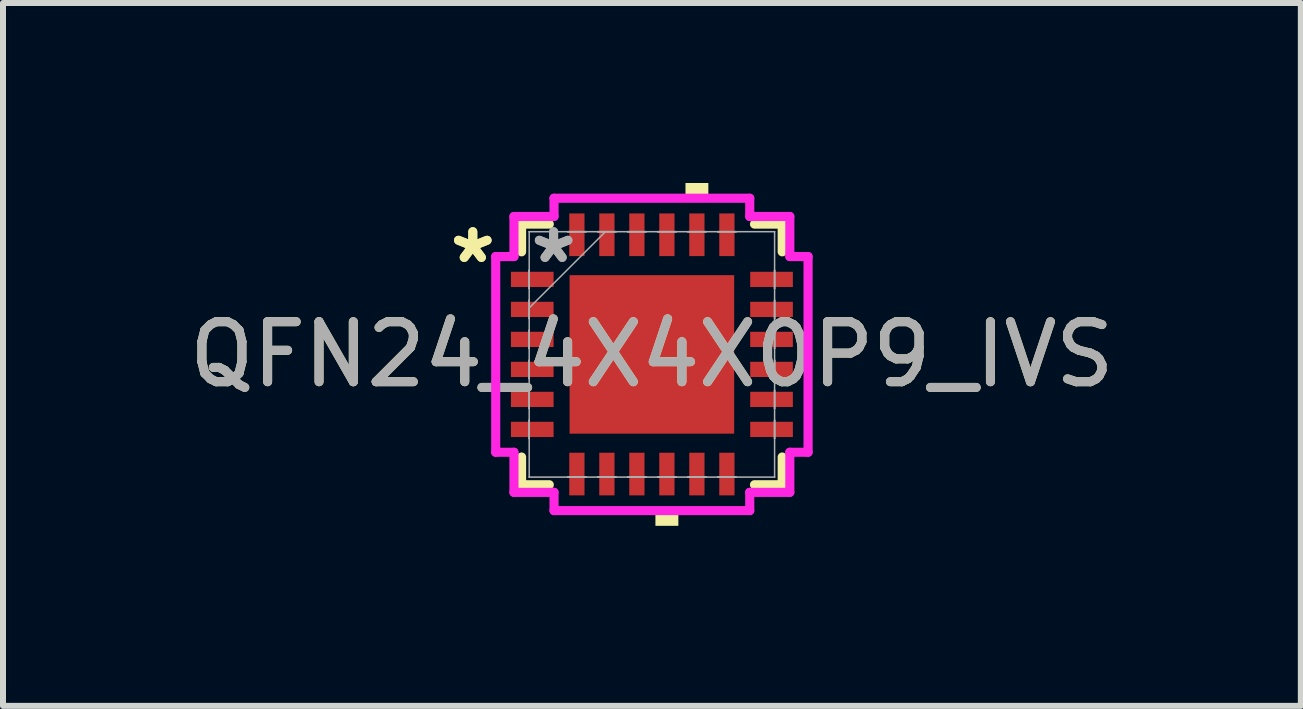
<source format=kicad_pcb>
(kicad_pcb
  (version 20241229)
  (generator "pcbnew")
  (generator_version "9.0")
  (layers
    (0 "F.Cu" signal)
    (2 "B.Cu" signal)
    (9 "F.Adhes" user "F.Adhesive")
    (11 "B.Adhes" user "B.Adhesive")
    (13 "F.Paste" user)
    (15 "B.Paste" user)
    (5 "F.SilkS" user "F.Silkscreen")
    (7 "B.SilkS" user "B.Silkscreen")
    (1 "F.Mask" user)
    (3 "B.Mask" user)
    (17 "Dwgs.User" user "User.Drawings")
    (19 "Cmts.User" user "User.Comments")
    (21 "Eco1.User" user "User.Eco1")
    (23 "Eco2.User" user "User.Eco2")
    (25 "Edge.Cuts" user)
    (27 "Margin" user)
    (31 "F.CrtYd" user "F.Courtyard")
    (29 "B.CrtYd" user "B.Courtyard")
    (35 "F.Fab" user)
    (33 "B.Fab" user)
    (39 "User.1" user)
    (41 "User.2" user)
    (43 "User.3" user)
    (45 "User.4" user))
  (footprint "QFN24_4X4X0P9_IVS"
    (layer "F.Cu")
    (at 7.815 2.857)
    (property "Reference" "QFN24_4X4X0P9_IVS" (at 0 0 0) (unlocked yes) (layer "F.SilkS") (effects (font (size 1 1) (thickness 0.15))))
    (attr smd)
    (fp_line (start -2.172 -2.172) (end -2.172 -1.71) (stroke (width 0.152) (type solid)) (layer "F.SilkS"))
    (fp_line (start -2.172 1.71) (end -2.172 2.172) (stroke (width 0.152) (type solid)) (layer "F.SilkS"))
    (fp_line (start -2.172 2.172) (end -1.71 2.172) (stroke (width 0.152) (type solid)) (layer "F.SilkS"))
    (fp_line (start -1.71 -2.172) (end -2.172 -2.172) (stroke (width 0.152) (type solid)) (layer "F.SilkS"))
    (fp_line (start 1.71 2.172) (end 2.172 2.172) (stroke (width 0.152) (type solid)) (layer "F.SilkS"))
    (fp_line (start 2.172 -2.172) (end 1.71 -2.172) (stroke (width 0.152) (type solid)) (layer "F.SilkS"))
    (fp_line (start 2.172 -1.71) (end 2.172 -2.172) (stroke (width 0.152) (type solid)) (layer "F.SilkS"))
    (fp_line (start 2.172 2.172) (end 2.172 1.71) (stroke (width 0.152) (type solid)) (layer "F.SilkS"))
    (fp_poly (pts (xy 0.059 2.603) (xy 0.059 2.857) (xy 0.441 2.857) (xy 0.441 2.603)) (stroke (width 0) (type solid)) (fill yes) (layer "F.SilkS"))
    (fp_poly (pts (xy 0.56 -2.603) (xy 0.56 -2.857) (xy 0.941 -2.857) (xy 0.941 -2.603)) (stroke (width 0) (type solid)) (fill yes) (layer "F.SilkS"))
    (fp_poly (pts (xy -1.272 -1.221) (xy -1.272 -0.1) (xy -0.1 -0.1) (xy -0.1 -1.221)) (stroke (width 0) (type solid)) (fill yes) (layer "F.Paste"))
    (fp_poly (pts (xy -1.272 0.1) (xy -1.272 1.221) (xy -0.1 1.221) (xy -0.1 0.1)) (stroke (width 0) (type solid)) (fill yes) (layer "F.Paste"))
    (fp_poly (pts (xy 0.1 -1.221) (xy 0.1 -0.1) (xy 1.272 -0.1) (xy 1.272 -1.221)) (stroke (width 0) (type solid)) (fill yes) (layer "F.Paste"))
    (fp_poly (pts (xy 0.1 0.1) (xy 0.1 1.221) (xy 1.272 1.221) (xy 1.272 0.1)) (stroke (width 0) (type solid)) (fill yes) (layer "F.Paste"))
    (fp_line (start -2.603 -1.631) (end -2.299 -1.631) (stroke (width 0.152) (type solid)) (layer "F.CrtYd"))
    (fp_line (start -2.603 1.631) (end -2.603 -1.631) (stroke (width 0.152) (type solid)) (layer "F.CrtYd"))
    (fp_line (start -2.299 -2.299) (end -1.631 -2.299) (stroke (width 0.152) (type solid)) (layer "F.CrtYd"))
    (fp_line (start -2.299 -1.631) (end -2.299 -2.299) (stroke (width 0.152) (type solid)) (layer "F.CrtYd"))
    (fp_line (start -2.299 1.631) (end -2.603 1.631) (stroke (width 0.152) (type solid)) (layer "F.CrtYd"))
    (fp_line (start -2.299 2.299) (end -2.299 1.631) (stroke (width 0.152) (type solid)) (layer "F.CrtYd"))
    (fp_line (start -1.631 -2.603) (end 1.631 -2.603) (stroke (width 0.152) (type solid)) (layer "F.CrtYd"))
    (fp_line (start -1.631 -2.299) (end -1.631 -2.603) (stroke (width 0.152) (type solid)) (layer "F.CrtYd"))
    (fp_line (start -1.631 2.299) (end -2.299 2.299) (stroke (width 0.152) (type solid)) (layer "F.CrtYd"))
    (fp_line (start -1.631 2.603) (end -1.631 2.299) (stroke (width 0.152) (type solid)) (layer "F.CrtYd"))
    (fp_line (start 1.631 -2.603) (end 1.631 -2.299) (stroke (width 0.152) (type solid)) (layer "F.CrtYd"))
    (fp_line (start 1.631 -2.299) (end 2.299 -2.299) (stroke (width 0.152) (type solid)) (layer "F.CrtYd"))
    (fp_line (start 1.631 2.299) (end 1.631 2.603) (stroke (width 0.152) (type solid)) (layer "F.CrtYd"))
    (fp_line (start 1.631 2.603) (end -1.631 2.603) (stroke (width 0.152) (type solid)) (layer "F.CrtYd"))
    (fp_line (start 2.299 -2.299) (end 2.299 -1.631) (stroke (width 0.152) (type solid)) (layer "F.CrtYd"))
    (fp_line (start 2.299 -1.631) (end 2.603 -1.631) (stroke (width 0.152) (type solid)) (layer "F.CrtYd"))
    (fp_line (start 2.299 1.631) (end 2.299 2.299) (stroke (width 0.152) (type solid)) (layer "F.CrtYd"))
    (fp_line (start 2.299 2.299) (end 1.631 2.299) (stroke (width 0.152) (type solid)) (layer "F.CrtYd"))
    (fp_line (start 2.603 -1.631) (end 2.603 1.631) (stroke (width 0.152) (type solid)) (layer "F.CrtYd"))
    (fp_line (start 2.603 1.631) (end 2.299 1.631) (stroke (width 0.152) (type solid)) (layer "F.CrtYd"))
    (fp_line (start -2.045 -2.045) (end -2.045 -2.045) (stroke (width 0.025) (type solid)) (layer "F.Fab"))
    (fp_line (start -2.045 -2.045) (end -2.045 2.045) (stroke (width 0.025) (type solid)) (layer "F.Fab"))
    (fp_line (start -2.045 -1.402) (end -2.045 -1.402) (stroke (width 0.025) (type solid)) (layer "F.Fab"))
    (fp_line (start -2.045 -1.402) (end -2.045 -1.098) (stroke (width 0.025) (type solid)) (layer "F.Fab"))
    (fp_line (start -2.045 -1.098) (end -2.045 -1.402) (stroke (width 0.025) (type solid)) (layer "F.Fab"))
    (fp_line (start -2.045 -1.098) (end -2.045 -1.098) (stroke (width 0.025) (type solid)) (layer "F.Fab"))
    (fp_line (start -2.045 -0.902) (end -2.045 -0.902) (stroke (width 0.025) (type solid)) (layer "F.Fab"))
    (fp_line (start -2.045 -0.902) (end -2.045 -0.598) (stroke (width 0.025) (type solid)) (layer "F.Fab"))
    (fp_line (start -2.045 -0.775) (end -0.775 -2.045) (stroke (width 0.025) (type solid)) (layer "F.Fab"))
    (fp_line (start -2.045 -0.598) (end -2.045 -0.902) (stroke (width 0.025) (type solid)) (layer "F.Fab"))
    (fp_line (start -2.045 -0.598) (end -2.045 -0.598) (stroke (width 0.025) (type solid)) (layer "F.Fab"))
    (fp_line (start -2.045 -0.402) (end -2.045 -0.402) (stroke (width 0.025) (type solid)) (layer "F.Fab"))
    (fp_line (start -2.045 -0.402) (end -2.045 -0.098) (stroke (width 0.025) (type solid)) (layer "F.Fab"))
    (fp_line (start -2.045 -0.098) (end -2.045 -0.402) (stroke (width 0.025) (type solid)) (layer "F.Fab"))
    (fp_line (start -2.045 -0.098) (end -2.045 -0.098) (stroke (width 0.025) (type solid)) (layer "F.Fab"))
    (fp_line (start -2.045 0.098) (end -2.045 0.098) (stroke (width 0.025) (type solid)) (layer "F.Fab"))
    (fp_line (start -2.045 0.098) (end -2.045 0.402) (stroke (width 0.025) (type solid)) (layer "F.Fab"))
    (fp_line (start -2.045 0.402) (end -2.045 0.098) (stroke (width 0.025) (type solid)) (layer "F.Fab"))
    (fp_line (start -2.045 0.402) (end -2.045 0.402) (stroke (width 0.025) (type solid)) (layer "F.Fab"))
    (fp_line (start -2.045 0.598) (end -2.045 0.598) (stroke (width 0.025) (type solid)) (layer "F.Fab"))
    (fp_line (start -2.045 0.598) (end -2.045 0.902) (stroke (width 0.025) (type solid)) (layer "F.Fab"))
    (fp_line (start -2.045 0.902) (end -2.045 0.598) (stroke (width 0.025) (type solid)) (layer "F.Fab"))
    (fp_line (start -2.045 0.902) (end -2.045 0.902) (stroke (width 0.025) (type solid)) (layer "F.Fab"))
    (fp_line (start -2.045 1.098) (end -2.045 1.098) (stroke (width 0.025) (type solid)) (layer "F.Fab"))
    (fp_line (start -2.045 1.098) (end -2.045 1.402) (stroke (width 0.025) (type solid)) (layer "F.Fab"))
    (fp_line (start -2.045 1.402) (end -2.045 1.098) (stroke (width 0.025) (type solid)) (layer "F.Fab"))
    (fp_line (start -2.045 1.402) (end -2.045 1.402) (stroke (width 0.025) (type solid)) (layer "F.Fab"))
    (fp_line (start -2.045 2.045) (end -2.045 2.045) (stroke (width 0.025) (type solid)) (layer "F.Fab"))
    (fp_line (start -2.045 2.045) (end 2.045 2.045) (stroke (width 0.025) (type solid)) (layer "F.Fab"))
    (fp_line (start -1.402 -2.045) (end -1.402 -2.045) (stroke (width 0.025) (type solid)) (layer "F.Fab"))
    (fp_line (start -1.402 -2.045) (end -1.098 -2.045) (stroke (width 0.025) (type solid)) (layer "F.Fab"))
    (fp_line (start -1.402 2.045) (end -1.402 2.045) (stroke (width 0.025) (type solid)) (layer "F.Fab"))
    (fp_line (start -1.402 2.045) (end -1.098 2.045) (stroke (width 0.025) (type solid)) (layer "F.Fab"))
    (fp_line (start -1.098 -2.045) (end -1.402 -2.045) (stroke (width 0.025) (type solid)) (layer "F.Fab"))
    (fp_line (start -1.098 -2.045) (end -1.098 -2.045) (stroke (width 0.025) (type solid)) (layer "F.Fab"))
    (fp_line (start -1.098 2.045) (end -1.402 2.045) (stroke (width 0.025) (type solid)) (layer "F.Fab"))
    (fp_line (start -1.098 2.045) (end -1.098 2.045) (stroke (width 0.025) (type solid)) (layer "F.Fab"))
    (fp_line (start -0.902 -2.045) (end -0.902 -2.045) (stroke (width 0.025) (type solid)) (layer "F.Fab"))
    (fp_line (start -0.902 -2.045) (end -0.598 -2.045) (stroke (width 0.025) (type solid)) (layer "F.Fab"))
    (fp_line (start -0.902 2.045) (end -0.902 2.045) (stroke (width 0.025) (type solid)) (layer "F.Fab"))
    (fp_line (start -0.902 2.045) (end -0.598 2.045) (stroke (width 0.025) (type solid)) (layer "F.Fab"))
    (fp_line (start -0.598 -2.045) (end -0.902 -2.045) (stroke (width 0.025) (type solid)) (layer "F.Fab"))
    (fp_line (start -0.598 -2.045) (end -0.598 -2.045) (stroke (width 0.025) (type solid)) (layer "F.Fab"))
    (fp_line (start -0.598 2.045) (end -0.902 2.045) (stroke (width 0.025) (type solid)) (layer "F.Fab"))
    (fp_line (start -0.598 2.045) (end -0.598 2.045) (stroke (width 0.025) (type solid)) (layer "F.Fab"))
    (fp_line (start -0.402 -2.045) (end -0.402 -2.045) (stroke (width 0.025) (type solid)) (layer "F.Fab"))
    (fp_line (start -0.402 -2.045) (end -0.098 -2.045) (stroke (width 0.025) (type solid)) (layer "F.Fab"))
    (fp_line (start -0.402 2.045) (end -0.402 2.045) (stroke (width 0.025) (type solid)) (layer "F.Fab"))
    (fp_line (start -0.402 2.045) (end -0.098 2.045) (stroke (width 0.025) (type solid)) (layer "F.Fab"))
    (fp_line (start -0.098 -2.045) (end -0.402 -2.045) (stroke (width 0.025) (type solid)) (layer "F.Fab"))
    (fp_line (start -0.098 -2.045) (end -0.098 -2.045) (stroke (width 0.025) (type solid)) (layer "F.Fab"))
    (fp_line (start -0.098 2.045) (end -0.402 2.045) (stroke (width 0.025) (type solid)) (layer "F.Fab"))
    (fp_line (start -0.098 2.045) (end -0.098 2.045) (stroke (width 0.025) (type solid)) (layer "F.Fab"))
    (fp_line (start 0.098 -2.045) (end 0.098 -2.045) (stroke (width 0.025) (type solid)) (layer "F.Fab"))
    (fp_line (start 0.098 -2.045) (end 0.402 -2.045) (stroke (width 0.025) (type solid)) (layer "F.Fab"))
    (fp_line (start 0.098 2.045) (end 0.098 2.045) (stroke (width 0.025) (type solid)) (layer "F.Fab"))
    (fp_line (start 0.098 2.045) (end 0.402 2.045) (stroke (width 0.025) (type solid)) (layer "F.Fab"))
    (fp_line (start 0.402 -2.045) (end 0.098 -2.045) (stroke (width 0.025) (type solid)) (layer "F.Fab"))
    (fp_line (start 0.402 -2.045) (end 0.402 -2.045) (stroke (width 0.025) (type solid)) (layer "F.Fab"))
    (fp_line (start 0.402 2.045) (end 0.098 2.045) (stroke (width 0.025) (type solid)) (layer "F.Fab"))
    (fp_line (start 0.402 2.045) (end 0.402 2.045) (stroke (width 0.025) (type solid)) (layer "F.Fab"))
    (fp_line (start 0.598 -2.045) (end 0.598 -2.045) (stroke (width 0.025) (type solid)) (layer "F.Fab"))
    (fp_line (start 0.598 -2.045) (end 0.902 -2.045) (stroke (width 0.025) (type solid)) (layer "F.Fab"))
    (fp_line (start 0.598 2.045) (end 0.598 2.045) (stroke (width 0.025) (type solid)) (layer "F.Fab"))
    (fp_line (start 0.598 2.045) (end 0.902 2.045) (stroke (width 0.025) (type solid)) (layer "F.Fab"))
    (fp_line (start 0.902 -2.045) (end 0.598 -2.045) (stroke (width 0.025) (type solid)) (layer "F.Fab"))
    (fp_line (start 0.902 -2.045) (end 0.902 -2.045) (stroke (width 0.025) (type solid)) (layer "F.Fab"))
    (fp_line (start 0.902 2.045) (end 0.598 2.045) (stroke (width 0.025) (type solid)) (layer "F.Fab"))
    (fp_line (start 0.902 2.045) (end 0.902 2.045) (stroke (width 0.025) (type solid)) (layer "F.Fab"))
    (fp_line (start 1.098 -2.045) (end 1.098 -2.045) (stroke (width 0.025) (type solid)) (layer "F.Fab"))
    (fp_line (start 1.098 -2.045) (end 1.402 -2.045) (stroke (width 0.025) (type solid)) (layer "F.Fab"))
    (fp_line (start 1.098 2.045) (end 1.098 2.045) (stroke (width 0.025) (type solid)) (layer "F.Fab"))
    (fp_line (start 1.098 2.045) (end 1.402 2.045) (stroke (width 0.025) (type solid)) (layer "F.Fab"))
    (fp_line (start 1.402 -2.045) (end 1.098 -2.045) (stroke (width 0.025) (type solid)) (layer "F.Fab"))
    (fp_line (start 1.402 -2.045) (end 1.402 -2.045) (stroke (width 0.025) (type solid)) (layer "F.Fab"))
    (fp_line (start 1.402 2.045) (end 1.098 2.045) (stroke (width 0.025) (type solid)) (layer "F.Fab"))
    (fp_line (start 1.402 2.045) (end 1.402 2.045) (stroke (width 0.025) (type solid)) (layer "F.Fab"))
    (fp_line (start 2.045 -2.045) (end -2.045 -2.045) (stroke (width 0.025) (type solid)) (layer "F.Fab"))
    (fp_line (start 2.045 -2.045) (end 2.045 -2.045) (stroke (width 0.025) (type solid)) (layer "F.Fab"))
    (fp_line (start 2.045 -1.402) (end 2.045 -1.402) (stroke (width 0.025) (type solid)) (layer "F.Fab"))
    (fp_line (start 2.045 -1.402) (end 2.045 -1.098) (stroke (width 0.025) (type solid)) (layer "F.Fab"))
    (fp_line (start 2.045 -1.098) (end 2.045 -1.402) (stroke (width 0.025) (type solid)) (layer "F.Fab"))
    (fp_line (start 2.045 -1.098) (end 2.045 -1.098) (stroke (width 0.025) (type solid)) (layer "F.Fab"))
    (fp_line (start 2.045 -0.902) (end 2.045 -0.902) (stroke (width 0.025) (type solid)) (layer "F.Fab"))
    (fp_line (start 2.045 -0.902) (end 2.045 -0.598) (stroke (width 0.025) (type solid)) (layer "F.Fab"))
    (fp_line (start 2.045 -0.598) (end 2.045 -0.902) (stroke (width 0.025) (type solid)) (layer "F.Fab"))
    (fp_line (start 2.045 -0.598) (end 2.045 -0.598) (stroke (width 0.025) (type solid)) (layer "F.Fab"))
    (fp_line (start 2.045 -0.402) (end 2.045 -0.402) (stroke (width 0.025) (type solid)) (layer "F.Fab"))
    (fp_line (start 2.045 -0.402) (end 2.045 -0.098) (stroke (width 0.025) (type solid)) (layer "F.Fab"))
    (fp_line (start 2.045 -0.098) (end 2.045 -0.402) (stroke (width 0.025) (type solid)) (layer "F.Fab"))
    (fp_line (start 2.045 -0.098) (end 2.045 -0.098) (stroke (width 0.025) (type solid)) (layer "F.Fab"))
    (fp_line (start 2.045 0.098) (end 2.045 0.098) (stroke (width 0.025) (type solid)) (layer "F.Fab"))
    (fp_line (start 2.045 0.098) (end 2.045 0.402) (stroke (width 0.025) (type solid)) (layer "F.Fab"))
    (fp_line (start 2.045 0.402) (end 2.045 0.098) (stroke (width 0.025) (type solid)) (layer "F.Fab"))
    (fp_line (start 2.045 0.402) (end 2.045 0.402) (stroke (width 0.025) (type solid)) (layer "F.Fab"))
    (fp_line (start 2.045 0.598) (end 2.045 0.598) (stroke (width 0.025) (type solid)) (layer "F.Fab"))
    (fp_line (start 2.045 0.598) (end 2.045 0.902) (stroke (width 0.025) (type solid)) (layer "F.Fab"))
    (fp_line (start 2.045 0.902) (end 2.045 0.598) (stroke (width 0.025) (type solid)) (layer "F.Fab"))
    (fp_line (start 2.045 0.902) (end 2.045 0.902) (stroke (width 0.025) (type solid)) (layer "F.Fab"))
    (fp_line (start 2.045 1.098) (end 2.045 1.098) (stroke (width 0.025) (type solid)) (layer "F.Fab"))
    (fp_line (start 2.045 1.098) (end 2.045 1.402) (stroke (width 0.025) (type solid)) (layer "F.Fab"))
    (fp_line (start 2.045 1.402) (end 2.045 1.098) (stroke (width 0.025) (type solid)) (layer "F.Fab"))
    (fp_line (start 2.045 1.402) (end 2.045 1.402) (stroke (width 0.025) (type solid)) (layer "F.Fab"))
    (fp_line (start 2.045 2.045) (end 2.045 -2.045) (stroke (width 0.025) (type solid)) (layer "F.Fab"))
    (fp_line (start 2.045 2.045) (end 2.045 2.045) (stroke (width 0.025) (type solid)) (layer "F.Fab"))
    (fp_text user "*" (at -2.985 -1.5 0) (layer "F.SilkS") (effects (font (size 1 1) (thickness 0.15))))
    (fp_text user "*" (at -2.985 -1.5 0) (unlocked yes) (layer "F.SilkS") (effects (font (size 1 1) (thickness 0.15))))
    (fp_text user "*" (at -1.638 -1.5 0) (unlocked yes) (layer "F.Fab") (effects (font (size 1 1) (thickness 0.15))))
    (fp_text user "${REFERENCE}" (at 0 0 0) (unlocked yes) (layer "F.Fab") (effects (font (size 1 1) (thickness 0.15))))
    (fp_text user "*" (at -1.638 -1.5 0) (layer "F.Fab") (effects (font (size 1 1) (thickness 0.15))))
    (pad "1" smd rect (at -1.994 -1.25 90) (size 0.254 0.711) (layers "F.Cu" "F.Mask" "F.Paste"))
    (pad "2" smd rect (at -1.994 -0.75 90) (size 0.254 0.711) (layers "F.Cu" "F.Mask" "F.Paste"))
    (pad "3" smd rect (at -1.994 -0.25 90) (size 0.254 0.711) (layers "F.Cu" "F.Mask" "F.Paste"))
    (pad "4" smd rect (at -1.994 0.25 90) (size 0.254 0.711) (layers "F.Cu" "F.Mask" "F.Paste"))
    (pad "5" smd rect (at -1.994 0.75 90) (size 0.254 0.711) (layers "F.Cu" "F.Mask" "F.Paste"))
    (pad "6" smd rect (at -1.994 1.25 90) (size 0.254 0.711) (layers "F.Cu" "F.Mask" "F.Paste"))
    (pad "7" smd rect (at -1.25 1.994) (size 0.254 0.711) (layers "F.Cu" "F.Mask" "F.Paste"))
    (pad "8" smd rect (at -0.75 1.994) (size 0.254 0.711) (layers "F.Cu" "F.Mask" "F.Paste"))
    (pad "9" smd rect (at -0.25 1.994) (size 0.254 0.711) (layers "F.Cu" "F.Mask" "F.Paste"))
    (pad "10" smd rect (at 0.25 1.994) (size 0.254 0.711) (layers "F.Cu" "F.Mask" "F.Paste"))
    (pad "11" smd rect (at 0.75 1.994) (size 0.254 0.711) (layers "F.Cu" "F.Mask" "F.Paste"))
    (pad "12" smd rect (at 1.25 1.994) (size 0.254 0.711) (layers "F.Cu" "F.Mask" "F.Paste"))
    (pad "13" smd rect (at 1.994 1.25 90) (size 0.254 0.711) (layers "F.Cu" "F.Mask" "F.Paste"))
    (pad "14" smd rect (at 1.994 0.75 90) (size 0.254 0.711) (layers "F.Cu" "F.Mask" "F.Paste"))
    (pad "15" smd rect (at 1.994 0.25 90) (size 0.254 0.711) (layers "F.Cu" "F.Mask" "F.Paste"))
    (pad "16" smd rect (at 1.994 -0.25 90) (size 0.254 0.711) (layers "F.Cu" "F.Mask" "F.Paste"))
    (pad "17" smd rect (at 1.994 -0.75 90) (size 0.254 0.711) (layers "F.Cu" "F.Mask" "F.Paste"))
    (pad "18" smd rect (at 1.994 -1.25 90) (size 0.254 0.711) (layers "F.Cu" "F.Mask" "F.Paste"))
    (pad "19" smd rect (at 1.25 -1.994) (size 0.254 0.711) (layers "F.Cu" "F.Mask" "F.Paste"))
    (pad "20" smd rect (at 0.75 -1.994) (size 0.254 0.711) (layers "F.Cu" "F.Mask" "F.Paste"))
    (pad "21" smd rect (at 0.25 -1.994) (size 0.254 0.711) (layers "F.Cu" "F.Mask" "F.Paste"))
    (pad "22" smd rect (at -0.25 -1.994) (size 0.254 0.711) (layers "F.Cu" "F.Mask" "F.Paste"))
    (pad "23" smd rect (at -0.75 -1.994) (size 0.254 0.711) (layers "F.Cu" "F.Mask" "F.Paste"))
    (pad "24" smd rect (at -1.25 -1.994) (size 0.254 0.711) (layers "F.Cu" "F.Mask" "F.Paste"))
    (pad "25" smd rect (at 0 0) (size 2.743 2.642) (layers "F.Cu" "F.Mask" "F.Paste")))
  (gr_rect
    (start -3 -3)
    (end 18.631 8.715)
    (stroke (width 0.1) (type default))
    (fill no)
    (layer "Edge.Cuts")))
</source>
